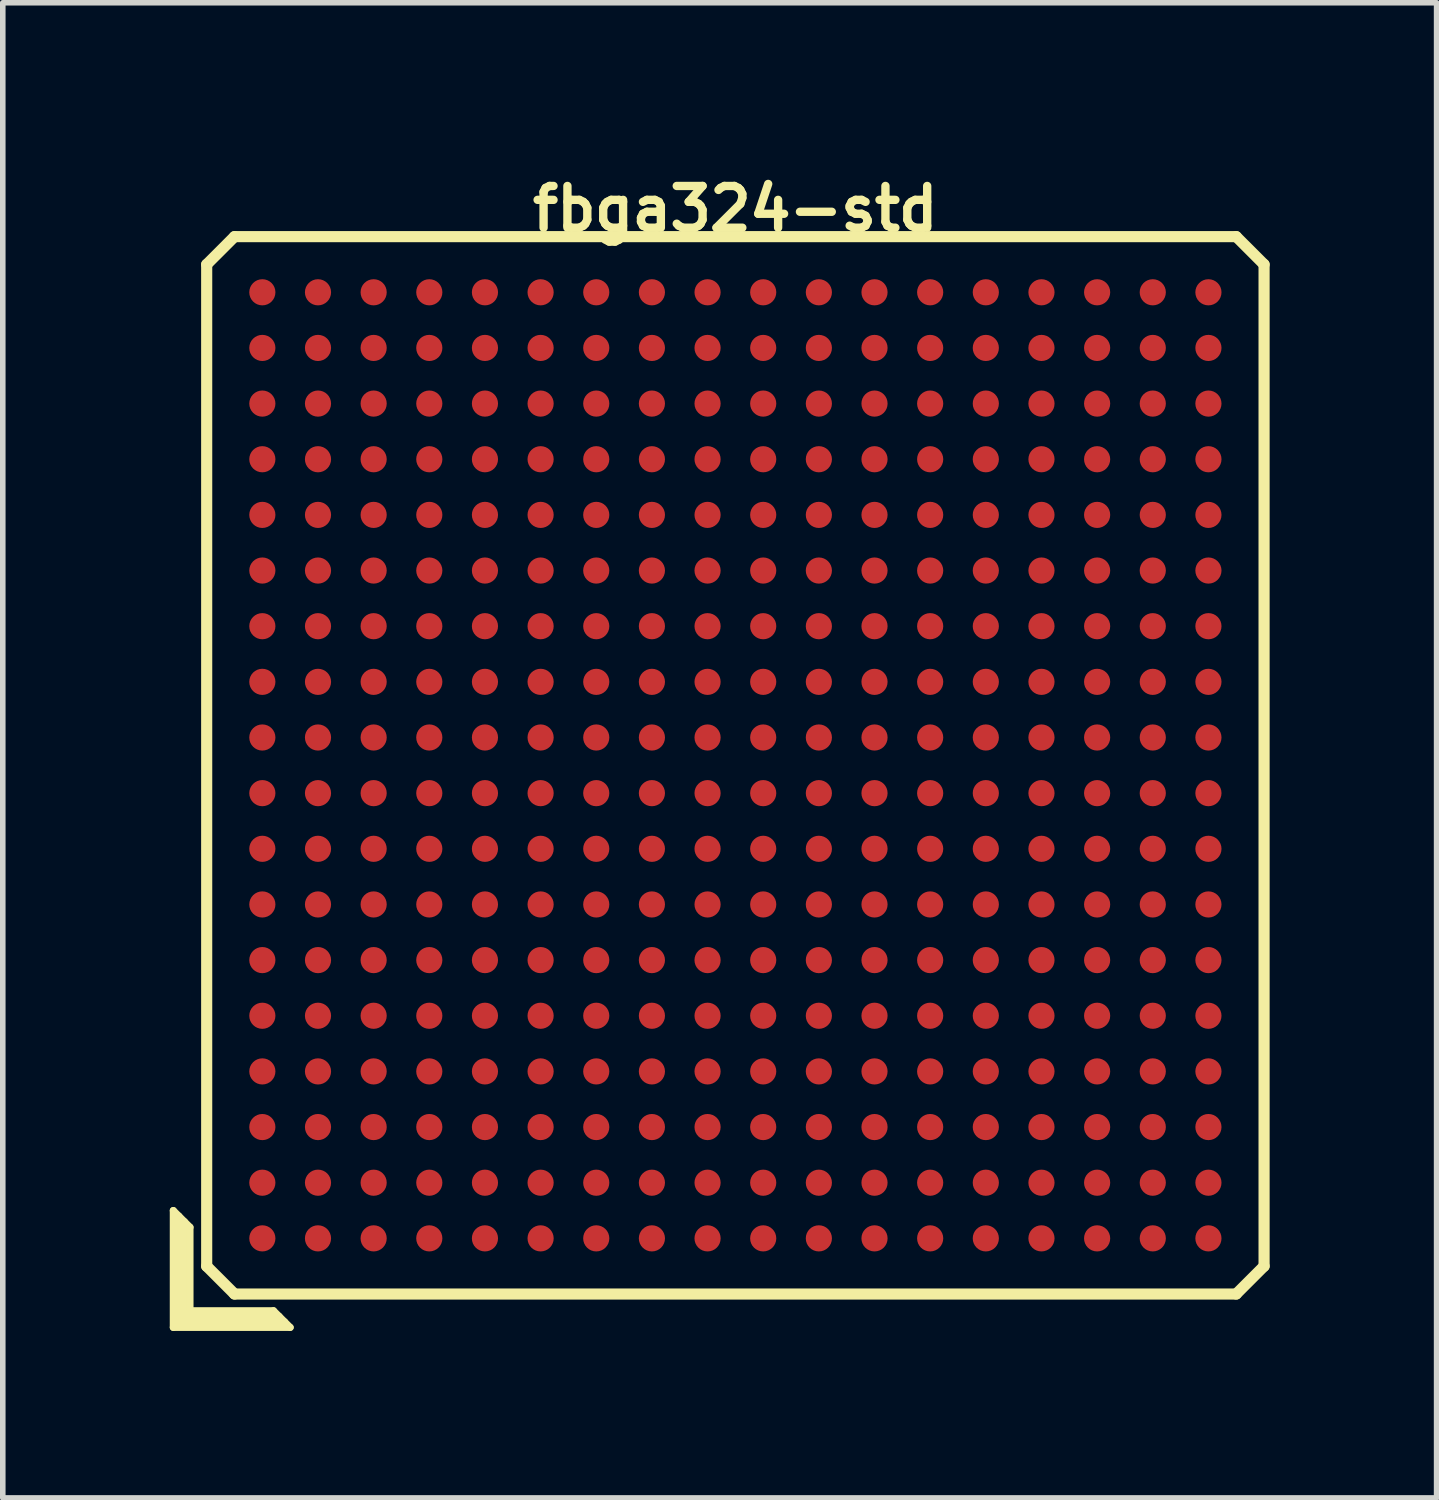
<source format=kicad_pcb>
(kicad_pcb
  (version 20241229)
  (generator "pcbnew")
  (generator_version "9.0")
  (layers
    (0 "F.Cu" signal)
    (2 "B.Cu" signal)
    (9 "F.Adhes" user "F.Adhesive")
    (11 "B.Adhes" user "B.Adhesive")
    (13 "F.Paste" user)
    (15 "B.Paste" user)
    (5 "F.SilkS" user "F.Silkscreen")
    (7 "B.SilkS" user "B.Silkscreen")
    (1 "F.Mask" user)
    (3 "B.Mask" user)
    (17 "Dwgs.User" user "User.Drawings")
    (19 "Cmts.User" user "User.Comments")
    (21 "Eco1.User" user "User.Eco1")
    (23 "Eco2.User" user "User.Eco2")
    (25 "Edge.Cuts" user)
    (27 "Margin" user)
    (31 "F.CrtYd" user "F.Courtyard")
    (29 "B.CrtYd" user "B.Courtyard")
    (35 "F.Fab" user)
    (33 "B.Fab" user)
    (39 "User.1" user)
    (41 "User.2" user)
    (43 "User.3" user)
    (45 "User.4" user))
  (footprint "fbga324-std"
    (layer "F.Cu")
    (at 10.164 10.702)
    (property "Reference" "fbga324-std" (at 0 -10 0) (layer "F.SilkS") (effects (font (size 0.75 0.75) (thickness 0.15))))
    (attr smd)
    (fp_line (start -10.1 8) (end -10.1 10.1) (stroke (width 0.127) (type solid)) (layer "F.SilkS"))
    (fp_line (start -10.1 10.1) (end -8 10.1) (stroke (width 0.127) (type solid)) (layer "F.SilkS"))
    (fp_line (start -10 10) (end -10 8.1) (stroke (width 0.127) (type solid)) (layer "F.SilkS"))
    (fp_line (start -9.9 8.2) (end -9.9 9.9) (stroke (width 0.127) (type solid)) (layer "F.SilkS"))
    (fp_line (start -9.9 9.9) (end -8.2 9.9) (stroke (width 0.127) (type solid)) (layer "F.SilkS"))
    (fp_line (start -9.8 8.3) (end -10.1 8) (stroke (width 0.127) (type solid)) (layer "F.SilkS"))
    (fp_line (start -9.8 9.8) (end -9.8 8.3) (stroke (width 0.127) (type solid)) (layer "F.SilkS"))
    (fp_line (start -9.5 -9) (end -9.5 9) (stroke (width 0.2) (type solid)) (layer "F.SilkS"))
    (fp_line (start -9.5 -9) (end -9 -9.5) (stroke (width 0.2) (type solid)) (layer "F.SilkS"))
    (fp_line (start -9 9.5) (end -9.5 9) (stroke (width 0.2) (type solid)) (layer "F.SilkS"))
    (fp_line (start -9 9.5) (end 9 9.5) (stroke (width 0.2) (type solid)) (layer "F.SilkS"))
    (fp_line (start -8.3 9.8) (end -9.8 9.8) (stroke (width 0.127) (type solid)) (layer "F.SilkS"))
    (fp_line (start -8.1 10) (end -10 10) (stroke (width 0.127) (type solid)) (layer "F.SilkS"))
    (fp_line (start -8 10.1) (end -8.3 9.8) (stroke (width 0.127) (type solid)) (layer "F.SilkS"))
    (fp_line (start 9 -9.5) (end -9 -9.5) (stroke (width 0.2) (type solid)) (layer "F.SilkS"))
    (fp_line (start 9 -9.5) (end 9.5 -9) (stroke (width 0.2) (type solid)) (layer "F.SilkS"))
    (fp_line (start 9.5 9) (end 9 9.5) (stroke (width 0.2) (type solid)) (layer "F.SilkS"))
    (fp_line (start 9.5 9) (end 9.5 -9) (stroke (width 0.2) (type solid)) (layer "F.SilkS"))
    (pad "A1" smd circle (at -8.5 8.5 90) (size 0.47 0.47) (layers "F.Cu" "F.Mask" "F.Paste"))
    (pad "A2" smd circle (at -8.5 7.5 90) (size 0.47 0.47) (layers "F.Cu" "F.Mask" "F.Paste"))
    (pad "A3" smd circle (at -8.5 6.5 90) (size 0.47 0.47) (layers "F.Cu" "F.Mask" "F.Paste"))
    (pad "A4" smd circle (at -8.5 5.5 90) (size 0.47 0.47) (layers "F.Cu" "F.Mask" "F.Paste"))
    (pad "A5" smd circle (at -8.5 4.5 90) (size 0.47 0.47) (layers "F.Cu" "F.Mask" "F.Paste"))
    (pad "A6" smd circle (at -8.5 3.5 90) (size 0.47 0.47) (layers "F.Cu" "F.Mask" "F.Paste"))
    (pad "A7" smd circle (at -8.5 2.5 90) (size 0.47 0.47) (layers "F.Cu" "F.Mask" "F.Paste"))
    (pad "A8" smd circle (at -8.5 1.5 90) (size 0.47 0.47) (layers "F.Cu" "F.Mask" "F.Paste"))
    (pad "A9" smd circle (at -8.5 0.5 90) (size 0.47 0.47) (layers "F.Cu" "F.Mask" "F.Paste"))
    (pad "A10" smd circle (at -8.5 -0.5 90) (size 0.47 0.47) (layers "F.Cu" "F.Mask" "F.Paste"))
    (pad "A11" smd circle (at -8.5 -1.5 90) (size 0.47 0.47) (layers "F.Cu" "F.Mask" "F.Paste"))
    (pad "A12" smd circle (at -8.5 -2.5 90) (size 0.47 0.47) (layers "F.Cu" "F.Mask" "F.Paste"))
    (pad "A13" smd circle (at -8.5 -3.5 90) (size 0.47 0.47) (layers "F.Cu" "F.Mask" "F.Paste"))
    (pad "A14" smd circle (at -8.5 -4.5 90) (size 0.47 0.47) (layers "F.Cu" "F.Mask" "F.Paste"))
    (pad "A15" smd circle (at -8.5 -5.5 90) (size 0.47 0.47) (layers "F.Cu" "F.Mask" "F.Paste"))
    (pad "A16" smd circle (at -8.5 -6.5 90) (size 0.47 0.47) (layers "F.Cu" "F.Mask" "F.Paste"))
    (pad "A17" smd circle (at -8.5 -7.5 90) (size 0.47 0.47) (layers "F.Cu" "F.Mask" "F.Paste"))
    (pad "A18" smd circle (at -8.5 -8.5 90) (size 0.47 0.47) (layers "F.Cu" "F.Mask" "F.Paste"))
    (pad "B1" smd circle (at -7.5 8.5 90) (size 0.47 0.47) (layers "F.Cu" "F.Mask" "F.Paste"))
    (pad "B2" smd circle (at -7.5 7.5 90) (size 0.47 0.47) (layers "F.Cu" "F.Mask" "F.Paste"))
    (pad "B3" smd circle (at -7.5 6.5 90) (size 0.47 0.47) (layers "F.Cu" "F.Mask" "F.Paste"))
    (pad "B4" smd circle (at -7.5 5.5 90) (size 0.47 0.47) (layers "F.Cu" "F.Mask" "F.Paste"))
    (pad "B5" smd circle (at -7.5 4.5 90) (size 0.47 0.47) (layers "F.Cu" "F.Mask" "F.Paste"))
    (pad "B6" smd circle (at -7.5 3.5 90) (size 0.47 0.47) (layers "F.Cu" "F.Mask" "F.Paste"))
    (pad "B7" smd circle (at -7.5 2.5 90) (size 0.47 0.47) (layers "F.Cu" "F.Mask" "F.Paste"))
    (pad "B8" smd circle (at -7.5 1.5 90) (size 0.47 0.47) (layers "F.Cu" "F.Mask" "F.Paste"))
    (pad "B9" smd circle (at -7.5 0.5 90) (size 0.47 0.47) (layers "F.Cu" "F.Mask" "F.Paste"))
    (pad "B10" smd circle (at -7.5 -0.5 90) (size 0.47 0.47) (layers "F.Cu" "F.Mask" "F.Paste"))
    (pad "B11" smd circle (at -7.5 -1.5 90) (size 0.47 0.47) (layers "F.Cu" "F.Mask" "F.Paste"))
    (pad "B12" smd circle (at -7.5 -2.5 90) (size 0.47 0.47) (layers "F.Cu" "F.Mask" "F.Paste"))
    (pad "B13" smd circle (at -7.5 -3.5 90) (size 0.47 0.47) (layers "F.Cu" "F.Mask" "F.Paste"))
    (pad "B14" smd circle (at -7.5 -4.5 90) (size 0.47 0.47) (layers "F.Cu" "F.Mask" "F.Paste"))
    (pad "B15" smd circle (at -7.5 -5.5 90) (size 0.47 0.47) (layers "F.Cu" "F.Mask" "F.Paste"))
    (pad "B16" smd circle (at -7.5 -6.5 90) (size 0.47 0.47) (layers "F.Cu" "F.Mask" "F.Paste"))
    (pad "B17" smd circle (at -7.5 -7.5 90) (size 0.47 0.47) (layers "F.Cu" "F.Mask" "F.Paste"))
    (pad "B18" smd circle (at -7.5 -8.5 90) (size 0.47 0.47) (layers "F.Cu" "F.Mask" "F.Paste"))
    (pad "C1" smd circle (at -6.5 8.5 90) (size 0.47 0.47) (layers "F.Cu" "F.Mask" "F.Paste"))
    (pad "C2" smd circle (at -6.5 7.5 90) (size 0.47 0.47) (layers "F.Cu" "F.Mask" "F.Paste"))
    (pad "C3" smd circle (at -6.5 6.5 90) (size 0.47 0.47) (layers "F.Cu" "F.Mask" "F.Paste"))
    (pad "C4" smd circle (at -6.5 5.5 90) (size 0.47 0.47) (layers "F.Cu" "F.Mask" "F.Paste"))
    (pad "C5" smd circle (at -6.5 4.5 90) (size 0.47 0.47) (layers "F.Cu" "F.Mask" "F.Paste"))
    (pad "C6" smd circle (at -6.5 3.5 90) (size 0.47 0.47) (layers "F.Cu" "F.Mask" "F.Paste"))
    (pad "C7" smd circle (at -6.5 2.5 90) (size 0.47 0.47) (layers "F.Cu" "F.Mask" "F.Paste"))
    (pad "C8" smd circle (at -6.5 1.5 90) (size 0.47 0.47) (layers "F.Cu" "F.Mask" "F.Paste"))
    (pad "C9" smd circle (at -6.5 0.5 90) (size 0.47 0.47) (layers "F.Cu" "F.Mask" "F.Paste"))
    (pad "C10" smd circle (at -6.5 -0.5 90) (size 0.47 0.47) (layers "F.Cu" "F.Mask" "F.Paste"))
    (pad "C11" smd circle (at -6.5 -1.5 90) (size 0.47 0.47) (layers "F.Cu" "F.Mask" "F.Paste"))
    (pad "C12" smd circle (at -6.5 -2.5 90) (size 0.47 0.47) (layers "F.Cu" "F.Mask" "F.Paste"))
    (pad "C13" smd circle (at -6.5 -3.5 90) (size 0.47 0.47) (layers "F.Cu" "F.Mask" "F.Paste"))
    (pad "C14" smd circle (at -6.5 -4.5 90) (size 0.47 0.47) (layers "F.Cu" "F.Mask" "F.Paste"))
    (pad "C15" smd circle (at -6.5 -5.5 90) (size 0.47 0.47) (layers "F.Cu" "F.Mask" "F.Paste"))
    (pad "C16" smd circle (at -6.5 -6.5 90) (size 0.47 0.47) (layers "F.Cu" "F.Mask" "F.Paste"))
    (pad "C17" smd circle (at -6.5 -7.5 90) (size 0.47 0.47) (layers "F.Cu" "F.Mask" "F.Paste"))
    (pad "C18" smd circle (at -6.5 -8.5 90) (size 0.47 0.47) (layers "F.Cu" "F.Mask" "F.Paste"))
    (pad "D1" smd circle (at -5.5 8.5 90) (size 0.47 0.47) (layers "F.Cu" "F.Mask" "F.Paste"))
    (pad "D2" smd circle (at -5.5 7.5 90) (size 0.47 0.47) (layers "F.Cu" "F.Mask" "F.Paste"))
    (pad "D3" smd circle (at -5.5 6.5 90) (size 0.47 0.47) (layers "F.Cu" "F.Mask" "F.Paste"))
    (pad "D4" smd circle (at -5.5 5.5 90) (size 0.47 0.47) (layers "F.Cu" "F.Mask" "F.Paste"))
    (pad "D5" smd circle (at -5.5 4.5 90) (size 0.47 0.47) (layers "F.Cu" "F.Mask" "F.Paste"))
    (pad "D6" smd circle (at -5.5 3.5 90) (size 0.47 0.47) (layers "F.Cu" "F.Mask" "F.Paste"))
    (pad "D7" smd circle (at -5.5 2.5 90) (size 0.47 0.47) (layers "F.Cu" "F.Mask" "F.Paste"))
    (pad "D8" smd circle (at -5.5 1.5 90) (size 0.47 0.47) (layers "F.Cu" "F.Mask" "F.Paste"))
    (pad "D9" smd circle (at -5.5 0.5 90) (size 0.47 0.47) (layers "F.Cu" "F.Mask" "F.Paste"))
    (pad "D10" smd circle (at -5.5 -0.5 90) (size 0.47 0.47) (layers "F.Cu" "F.Mask" "F.Paste"))
    (pad "D11" smd circle (at -5.5 -1.5 90) (size 0.47 0.47) (layers "F.Cu" "F.Mask" "F.Paste"))
    (pad "D12" smd circle (at -5.5 -2.5 90) (size 0.47 0.47) (layers "F.Cu" "F.Mask" "F.Paste"))
    (pad "D13" smd circle (at -5.5 -3.5 90) (size 0.47 0.47) (layers "F.Cu" "F.Mask" "F.Paste"))
    (pad "D14" smd circle (at -5.5 -4.5 90) (size 0.47 0.47) (layers "F.Cu" "F.Mask" "F.Paste"))
    (pad "D15" smd circle (at -5.5 -5.5 90) (size 0.47 0.47) (layers "F.Cu" "F.Mask" "F.Paste"))
    (pad "D16" smd circle (at -5.5 -6.5 90) (size 0.47 0.47) (layers "F.Cu" "F.Mask" "F.Paste"))
    (pad "D17" smd circle (at -5.5 -7.5 90) (size 0.47 0.47) (layers "F.Cu" "F.Mask" "F.Paste"))
    (pad "D18" smd circle (at -5.5 -8.5 90) (size 0.47 0.47) (layers "F.Cu" "F.Mask" "F.Paste"))
    (pad "E1" smd circle (at -4.5 8.5 90) (size 0.47 0.47) (layers "F.Cu" "F.Mask" "F.Paste"))
    (pad "E2" smd circle (at -4.5 7.5 90) (size 0.47 0.47) (layers "F.Cu" "F.Mask" "F.Paste"))
    (pad "E3" smd circle (at -4.5 6.5 90) (size 0.47 0.47) (layers "F.Cu" "F.Mask" "F.Paste"))
    (pad "E4" smd circle (at -4.5 5.5 90) (size 0.47 0.47) (layers "F.Cu" "F.Mask" "F.Paste"))
    (pad "E5" smd circle (at -4.5 4.5 90) (size 0.47 0.47) (layers "F.Cu" "F.Mask" "F.Paste"))
    (pad "E6" smd circle (at -4.5 3.5 90) (size 0.47 0.47) (layers "F.Cu" "F.Mask" "F.Paste"))
    (pad "E7" smd circle (at -4.5 2.5 90) (size 0.47 0.47) (layers "F.Cu" "F.Mask" "F.Paste"))
    (pad "E8" smd circle (at -4.5 1.5 90) (size 0.47 0.47) (layers "F.Cu" "F.Mask" "F.Paste"))
    (pad "E9" smd circle (at -4.5 0.5 90) (size 0.47 0.47) (layers "F.Cu" "F.Mask" "F.Paste"))
    (pad "E10" smd circle (at -4.5 -0.5 90) (size 0.47 0.47) (layers "F.Cu" "F.Mask" "F.Paste"))
    (pad "E11" smd circle (at -4.5 -1.5 90) (size 0.47 0.47) (layers "F.Cu" "F.Mask" "F.Paste"))
    (pad "E12" smd circle (at -4.5 -2.5 90) (size 0.47 0.47) (layers "F.Cu" "F.Mask" "F.Paste"))
    (pad "E13" smd circle (at -4.5 -3.5 90) (size 0.47 0.47) (layers "F.Cu" "F.Mask" "F.Paste"))
    (pad "E14" smd circle (at -4.5 -4.5 90) (size 0.47 0.47) (layers "F.Cu" "F.Mask" "F.Paste"))
    (pad "E15" smd circle (at -4.5 -5.5 90) (size 0.47 0.47) (layers "F.Cu" "F.Mask" "F.Paste"))
    (pad "E16" smd circle (at -4.5 -6.5 90) (size 0.47 0.47) (layers "F.Cu" "F.Mask" "F.Paste"))
    (pad "E17" smd circle (at -4.5 -7.5 90) (size 0.47 0.47) (layers "F.Cu" "F.Mask" "F.Paste"))
    (pad "E18" smd circle (at -4.5 -8.5 90) (size 0.47 0.47) (layers "F.Cu" "F.Mask" "F.Paste"))
    (pad "F1" smd circle (at -3.5 8.5 90) (size 0.47 0.47) (layers "F.Cu" "F.Mask" "F.Paste"))
    (pad "F2" smd circle (at -3.5 7.5 90) (size 0.47 0.47) (layers "F.Cu" "F.Mask" "F.Paste"))
    (pad "F3" smd circle (at -3.5 6.5 90) (size 0.47 0.47) (layers "F.Cu" "F.Mask" "F.Paste"))
    (pad "F4" smd circle (at -3.5 5.5 90) (size 0.47 0.47) (layers "F.Cu" "F.Mask" "F.Paste"))
    (pad "F5" smd circle (at -3.5 4.5 90) (size 0.47 0.47) (layers "F.Cu" "F.Mask" "F.Paste"))
    (pad "F6" smd circle (at -3.5 3.5 90) (size 0.47 0.47) (layers "F.Cu" "F.Mask" "F.Paste"))
    (pad "F7" smd circle (at -3.5 2.5 90) (size 0.47 0.47) (layers "F.Cu" "F.Mask" "F.Paste"))
    (pad "F8" smd circle (at -3.5 1.5 90) (size 0.47 0.47) (layers "F.Cu" "F.Mask" "F.Paste"))
    (pad "F9" smd circle (at -3.5 0.5 90) (size 0.47 0.47) (layers "F.Cu" "F.Mask" "F.Paste"))
    (pad "F10" smd circle (at -3.5 -0.5 90) (size 0.47 0.47) (layers "F.Cu" "F.Mask" "F.Paste"))
    (pad "F11" smd circle (at -3.5 -1.5 90) (size 0.47 0.47) (layers "F.Cu" "F.Mask" "F.Paste"))
    (pad "F12" smd circle (at -3.5 -2.5 90) (size 0.47 0.47) (layers "F.Cu" "F.Mask" "F.Paste"))
    (pad "F13" smd circle (at -3.5 -3.5 90) (size 0.47 0.47) (layers "F.Cu" "F.Mask" "F.Paste"))
    (pad "F14" smd circle (at -3.5 -4.5 90) (size 0.47 0.47) (layers "F.Cu" "F.Mask" "F.Paste"))
    (pad "F15" smd circle (at -3.5 -5.5 90) (size 0.47 0.47) (layers "F.Cu" "F.Mask" "F.Paste"))
    (pad "F16" smd circle (at -3.5 -6.5 90) (size 0.47 0.47) (layers "F.Cu" "F.Mask" "F.Paste"))
    (pad "F17" smd circle (at -3.5 -7.5 90) (size 0.47 0.47) (layers "F.Cu" "F.Mask" "F.Paste"))
    (pad "F18" smd circle (at -3.5 -8.5 90) (size 0.47 0.47) (layers "F.Cu" "F.Mask" "F.Paste"))
    (pad "G1" smd circle (at -2.5 8.5 90) (size 0.47 0.47) (layers "F.Cu" "F.Mask" "F.Paste"))
    (pad "G2" smd circle (at -2.5 7.5 90) (size 0.47 0.47) (layers "F.Cu" "F.Mask" "F.Paste"))
    (pad "G3" smd circle (at -2.5 6.5 90) (size 0.47 0.47) (layers "F.Cu" "F.Mask" "F.Paste"))
    (pad "G4" smd circle (at -2.5 5.5 90) (size 0.47 0.47) (layers "F.Cu" "F.Mask" "F.Paste"))
    (pad "G5" smd circle (at -2.5 4.5 90) (size 0.47 0.47) (layers "F.Cu" "F.Mask" "F.Paste"))
    (pad "G6" smd circle (at -2.5 3.5 90) (size 0.47 0.47) (layers "F.Cu" "F.Mask" "F.Paste"))
    (pad "G7" smd circle (at -2.5 2.5 90) (size 0.47 0.47) (layers "F.Cu" "F.Mask" "F.Paste"))
    (pad "G8" smd circle (at -2.5 1.5 90) (size 0.47 0.47) (layers "F.Cu" "F.Mask" "F.Paste"))
    (pad "G9" smd circle (at -2.5 0.5 90) (size 0.47 0.47) (layers "F.Cu" "F.Mask" "F.Paste"))
    (pad "G10" smd circle (at -2.5 -0.5 90) (size 0.47 0.47) (layers "F.Cu" "F.Mask" "F.Paste"))
    (pad "G11" smd circle (at -2.5 -1.5 90) (size 0.47 0.47) (layers "F.Cu" "F.Mask" "F.Paste"))
    (pad "G12" smd circle (at -2.5 -2.5 90) (size 0.47 0.47) (layers "F.Cu" "F.Mask" "F.Paste"))
    (pad "G13" smd circle (at -2.5 -3.5 90) (size 0.47 0.47) (layers "F.Cu" "F.Mask" "F.Paste"))
    (pad "G14" smd circle (at -2.5 -4.5 90) (size 0.47 0.47) (layers "F.Cu" "F.Mask" "F.Paste"))
    (pad "G15" smd circle (at -2.5 -5.5 90) (size 0.47 0.47) (layers "F.Cu" "F.Mask" "F.Paste"))
    (pad "G16" smd circle (at -2.5 -6.5 90) (size 0.47 0.47) (layers "F.Cu" "F.Mask" "F.Paste"))
    (pad "G17" smd circle (at -2.5 -7.5 90) (size 0.47 0.47) (layers "F.Cu" "F.Mask" "F.Paste"))
    (pad "G18" smd circle (at -2.5 -8.5 90) (size 0.47 0.47) (layers "F.Cu" "F.Mask" "F.Paste"))
    (pad "H1" smd circle (at -1.5 8.5 90) (size 0.47 0.47) (layers "F.Cu" "F.Mask" "F.Paste"))
    (pad "H2" smd circle (at -1.5 7.5 90) (size 0.47 0.47) (layers "F.Cu" "F.Mask" "F.Paste"))
    (pad "H3" smd circle (at -1.5 6.5 90) (size 0.47 0.47) (layers "F.Cu" "F.Mask" "F.Paste"))
    (pad "H4" smd circle (at -1.5 5.5 90) (size 0.47 0.47) (layers "F.Cu" "F.Mask" "F.Paste"))
    (pad "H5" smd circle (at -1.5 4.5 90) (size 0.47 0.47) (layers "F.Cu" "F.Mask" "F.Paste"))
    (pad "H6" smd circle (at -1.5 3.5 90) (size 0.47 0.47) (layers "F.Cu" "F.Mask" "F.Paste"))
    (pad "H7" smd circle (at -1.5 2.5 90) (size 0.47 0.47) (layers "F.Cu" "F.Mask" "F.Paste"))
    (pad "H8" smd circle (at -1.5 1.5 90) (size 0.47 0.47) (layers "F.Cu" "F.Mask" "F.Paste"))
    (pad "H9" smd circle (at -1.5 0.5 90) (size 0.47 0.47) (layers "F.Cu" "F.Mask" "F.Paste"))
    (pad "H10" smd circle (at -1.5 -0.5 90) (size 0.47 0.47) (layers "F.Cu" "F.Mask" "F.Paste"))
    (pad "H11" smd circle (at -1.5 -1.5 90) (size 0.47 0.47) (layers "F.Cu" "F.Mask" "F.Paste"))
    (pad "H12" smd circle (at -1.5 -2.5 90) (size 0.47 0.47) (layers "F.Cu" "F.Mask" "F.Paste"))
    (pad "H13" smd circle (at -1.5 -3.5 90) (size 0.47 0.47) (layers "F.Cu" "F.Mask" "F.Paste"))
    (pad "H14" smd circle (at -1.5 -4.5 90) (size 0.47 0.47) (layers "F.Cu" "F.Mask" "F.Paste"))
    (pad "H15" smd circle (at -1.5 -5.5 90) (size 0.47 0.47) (layers "F.Cu" "F.Mask" "F.Paste"))
    (pad "H16" smd circle (at -1.5 -6.5 90) (size 0.47 0.47) (layers "F.Cu" "F.Mask" "F.Paste"))
    (pad "H17" smd circle (at -1.5 -7.5 90) (size 0.47 0.47) (layers "F.Cu" "F.Mask" "F.Paste"))
    (pad "H18" smd circle (at -1.5 -8.5 90) (size 0.47 0.47) (layers "F.Cu" "F.Mask" "F.Paste"))
    (pad "J1" smd circle (at -0.5 8.5 90) (size 0.47 0.47) (layers "F.Cu" "F.Mask" "F.Paste"))
    (pad "J2" smd circle (at -0.5 7.5 90) (size 0.47 0.47) (layers "F.Cu" "F.Mask" "F.Paste"))
    (pad "J3" smd circle (at -0.5 6.5 90) (size 0.47 0.47) (layers "F.Cu" "F.Mask" "F.Paste"))
    (pad "J4" smd circle (at -0.5 5.5 90) (size 0.47 0.47) (layers "F.Cu" "F.Mask" "F.Paste"))
    (pad "J5" smd circle (at -0.5 4.5 90) (size 0.47 0.47) (layers "F.Cu" "F.Mask" "F.Paste"))
    (pad "J6" smd circle (at -0.5 3.5 90) (size 0.47 0.47) (layers "F.Cu" "F.Mask" "F.Paste"))
    (pad "J7" smd circle (at -0.5 2.5 90) (size 0.47 0.47) (layers "F.Cu" "F.Mask" "F.Paste"))
    (pad "J8" smd circle (at -0.5 1.5 90) (size 0.47 0.47) (layers "F.Cu" "F.Mask" "F.Paste"))
    (pad "J9" smd circle (at -0.5 0.5 90) (size 0.47 0.47) (layers "F.Cu" "F.Mask" "F.Paste"))
    (pad "J10" smd circle (at -0.5 -0.5 90) (size 0.47 0.47) (layers "F.Cu" "F.Mask" "F.Paste"))
    (pad "J11" smd circle (at -0.5 -1.5 90) (size 0.47 0.47) (layers "F.Cu" "F.Mask" "F.Paste"))
    (pad "J12" smd circle (at -0.5 -2.5 90) (size 0.47 0.47) (layers "F.Cu" "F.Mask" "F.Paste"))
    (pad "J13" smd circle (at -0.5 -3.5 90) (size 0.47 0.47) (layers "F.Cu" "F.Mask" "F.Paste"))
    (pad "J14" smd circle (at -0.5 -4.5 90) (size 0.47 0.47) (layers "F.Cu" "F.Mask" "F.Paste"))
    (pad "J15" smd circle (at -0.5 -5.5 90) (size 0.47 0.47) (layers "F.Cu" "F.Mask" "F.Paste"))
    (pad "J16" smd circle (at -0.5 -6.5 90) (size 0.47 0.47) (layers "F.Cu" "F.Mask" "F.Paste"))
    (pad "J17" smd circle (at -0.5 -7.5 90) (size 0.47 0.47) (layers "F.Cu" "F.Mask" "F.Paste"))
    (pad "J18" smd circle (at -0.5 -8.5 90) (size 0.47 0.47) (layers "F.Cu" "F.Mask" "F.Paste"))
    (pad "K1" smd circle (at 0.5 8.5 90) (size 0.47 0.47) (layers "F.Cu" "F.Mask" "F.Paste"))
    (pad "K2" smd circle (at 0.5 7.5 90) (size 0.47 0.47) (layers "F.Cu" "F.Mask" "F.Paste"))
    (pad "K3" smd circle (at 0.5 6.5 90) (size 0.47 0.47) (layers "F.Cu" "F.Mask" "F.Paste"))
    (pad "K4" smd circle (at 0.5 5.5 90) (size 0.47 0.47) (layers "F.Cu" "F.Mask" "F.Paste"))
    (pad "K5" smd circle (at 0.5 4.5 90) (size 0.47 0.47) (layers "F.Cu" "F.Mask" "F.Paste"))
    (pad "K6" smd circle (at 0.5 3.5 90) (size 0.47 0.47) (layers "F.Cu" "F.Mask" "F.Paste"))
    (pad "K7" smd circle (at 0.5 2.5 90) (size 0.47 0.47) (layers "F.Cu" "F.Mask" "F.Paste"))
    (pad "K8" smd circle (at 0.5 1.5 90) (size 0.47 0.47) (layers "F.Cu" "F.Mask" "F.Paste"))
    (pad "K9" smd circle (at 0.5 0.5 90) (size 0.47 0.47) (layers "F.Cu" "F.Mask" "F.Paste"))
    (pad "K10" smd circle (at 0.5 -0.5 90) (size 0.47 0.47) (layers "F.Cu" "F.Mask" "F.Paste"))
    (pad "K11" smd circle (at 0.5 -1.5 90) (size 0.47 0.47) (layers "F.Cu" "F.Mask" "F.Paste"))
    (pad "K12" smd circle (at 0.5 -2.5 90) (size 0.47 0.47) (layers "F.Cu" "F.Mask" "F.Paste"))
    (pad "K13" smd circle (at 0.5 -3.5 90) (size 0.47 0.47) (layers "F.Cu" "F.Mask" "F.Paste"))
    (pad "K14" smd circle (at 0.5 -4.5 90) (size 0.47 0.47) (layers "F.Cu" "F.Mask" "F.Paste"))
    (pad "K15" smd circle (at 0.5 -5.5 90) (size 0.47 0.47) (layers "F.Cu" "F.Mask" "F.Paste"))
    (pad "K16" smd circle (at 0.5 -6.5 90) (size 0.47 0.47) (layers "F.Cu" "F.Mask" "F.Paste"))
    (pad "K17" smd circle (at 0.5 -7.5 90) (size 0.47 0.47) (layers "F.Cu" "F.Mask" "F.Paste"))
    (pad "K18" smd circle (at 0.5 -8.5 90) (size 0.47 0.47) (layers "F.Cu" "F.Mask" "F.Paste"))
    (pad "L1" smd circle (at 1.5 8.5 90) (size 0.47 0.47) (layers "F.Cu" "F.Mask" "F.Paste"))
    (pad "L2" smd circle (at 1.5 7.5 90) (size 0.47 0.47) (layers "F.Cu" "F.Mask" "F.Paste"))
    (pad "L3" smd circle (at 1.5 6.5 90) (size 0.47 0.47) (layers "F.Cu" "F.Mask" "F.Paste"))
    (pad "L4" smd circle (at 1.5 5.5 90) (size 0.47 0.47) (layers "F.Cu" "F.Mask" "F.Paste"))
    (pad "L5" smd circle (at 1.5 4.5 90) (size 0.47 0.47) (layers "F.Cu" "F.Mask" "F.Paste"))
    (pad "L6" smd circle (at 1.5 3.5 90) (size 0.47 0.47) (layers "F.Cu" "F.Mask" "F.Paste"))
    (pad "L7" smd circle (at 1.5 2.5 90) (size 0.47 0.47) (layers "F.Cu" "F.Mask" "F.Paste"))
    (pad "L8" smd circle (at 1.5 1.5 90) (size 0.47 0.47) (layers "F.Cu" "F.Mask" "F.Paste"))
    (pad "L9" smd circle (at 1.5 0.5 90) (size 0.47 0.47) (layers "F.Cu" "F.Mask" "F.Paste"))
    (pad "L10" smd circle (at 1.5 -0.5 90) (size 0.47 0.47) (layers "F.Cu" "F.Mask" "F.Paste"))
    (pad "L11" smd circle (at 1.5 -1.5 90) (size 0.47 0.47) (layers "F.Cu" "F.Mask" "F.Paste"))
    (pad "L12" smd circle (at 1.5 -2.5 90) (size 0.47 0.47) (layers "F.Cu" "F.Mask" "F.Paste"))
    (pad "L13" smd circle (at 1.5 -3.5 90) (size 0.47 0.47) (layers "F.Cu" "F.Mask" "F.Paste"))
    (pad "L14" smd circle (at 1.5 -4.5 90) (size 0.47 0.47) (layers "F.Cu" "F.Mask" "F.Paste"))
    (pad "L15" smd circle (at 1.5 -5.5 90) (size 0.47 0.47) (layers "F.Cu" "F.Mask" "F.Paste"))
    (pad "L16" smd circle (at 1.5 -6.5 90) (size 0.47 0.47) (layers "F.Cu" "F.Mask" "F.Paste"))
    (pad "L17" smd circle (at 1.5 -7.5 90) (size 0.47 0.47) (layers "F.Cu" "F.Mask" "F.Paste"))
    (pad "L18" smd circle (at 1.5 -8.5 90) (size 0.47 0.47) (layers "F.Cu" "F.Mask" "F.Paste"))
    (pad "M1" smd circle (at 2.5 8.5 90) (size 0.47 0.47) (layers "F.Cu" "F.Mask" "F.Paste"))
    (pad "M2" smd circle (at 2.5 7.5 90) (size 0.47 0.47) (layers "F.Cu" "F.Mask" "F.Paste"))
    (pad "M3" smd circle (at 2.5 6.5 90) (size 0.47 0.47) (layers "F.Cu" "F.Mask" "F.Paste"))
    (pad "M4" smd circle (at 2.5 5.5 90) (size 0.47 0.47) (layers "F.Cu" "F.Mask" "F.Paste"))
    (pad "M5" smd circle (at 2.5 4.5 90) (size 0.47 0.47) (layers "F.Cu" "F.Mask" "F.Paste"))
    (pad "M6" smd circle (at 2.5 3.5 90) (size 0.47 0.47) (layers "F.Cu" "F.Mask" "F.Paste"))
    (pad "M7" smd circle (at 2.5 2.5 90) (size 0.47 0.47) (layers "F.Cu" "F.Mask" "F.Paste"))
    (pad "M8" smd circle (at 2.5 1.5 90) (size 0.47 0.47) (layers "F.Cu" "F.Mask" "F.Paste"))
    (pad "M9" smd circle (at 2.5 0.5 90) (size 0.47 0.47) (layers "F.Cu" "F.Mask" "F.Paste"))
    (pad "M10" smd circle (at 2.5 -0.5 90) (size 0.47 0.47) (layers "F.Cu" "F.Mask" "F.Paste"))
    (pad "M11" smd circle (at 2.5 -1.5 90) (size 0.47 0.47) (layers "F.Cu" "F.Mask" "F.Paste"))
    (pad "M12" smd circle (at 2.5 -2.5 90) (size 0.47 0.47) (layers "F.Cu" "F.Mask" "F.Paste"))
    (pad "M13" smd circle (at 2.5 -3.5 90) (size 0.47 0.47) (layers "F.Cu" "F.Mask" "F.Paste"))
    (pad "M14" smd circle (at 2.5 -4.5 90) (size 0.47 0.47) (layers "F.Cu" "F.Mask" "F.Paste"))
    (pad "M15" smd circle (at 2.5 -5.5 90) (size 0.47 0.47) (layers "F.Cu" "F.Mask" "F.Paste"))
    (pad "M16" smd circle (at 2.5 -6.5 90) (size 0.47 0.47) (layers "F.Cu" "F.Mask" "F.Paste"))
    (pad "M17" smd circle (at 2.5 -7.5 90) (size 0.47 0.47) (layers "F.Cu" "F.Mask" "F.Paste"))
    (pad "M18" smd circle (at 2.5 -8.5 90) (size 0.47 0.47) (layers "F.Cu" "F.Mask" "F.Paste"))
    (pad "N1" smd circle (at 3.5 8.5 90) (size 0.47 0.47) (layers "F.Cu" "F.Mask" "F.Paste"))
    (pad "N2" smd circle (at 3.5 7.5 90) (size 0.47 0.47) (layers "F.Cu" "F.Mask" "F.Paste"))
    (pad "N3" smd circle (at 3.5 6.5 90) (size 0.47 0.47) (layers "F.Cu" "F.Mask" "F.Paste"))
    (pad "N4" smd circle (at 3.5 5.5 90) (size 0.47 0.47) (layers "F.Cu" "F.Mask" "F.Paste"))
    (pad "N5" smd circle (at 3.5 4.5 90) (size 0.47 0.47) (layers "F.Cu" "F.Mask" "F.Paste"))
    (pad "N6" smd circle (at 3.5 3.5 90) (size 0.47 0.47) (layers "F.Cu" "F.Mask" "F.Paste"))
    (pad "N7" smd circle (at 3.5 2.5 90) (size 0.47 0.47) (layers "F.Cu" "F.Mask" "F.Paste"))
    (pad "N8" smd circle (at 3.5 1.5 90) (size 0.47 0.47) (layers "F.Cu" "F.Mask" "F.Paste"))
    (pad "N9" smd circle (at 3.5 0.5 90) (size 0.47 0.47) (layers "F.Cu" "F.Mask" "F.Paste"))
    (pad "N10" smd circle (at 3.5 -0.5 90) (size 0.47 0.47) (layers "F.Cu" "F.Mask" "F.Paste"))
    (pad "N11" smd circle (at 3.5 -1.5 90) (size 0.47 0.47) (layers "F.Cu" "F.Mask" "F.Paste"))
    (pad "N12" smd circle (at 3.5 -2.5 90) (size 0.47 0.47) (layers "F.Cu" "F.Mask" "F.Paste"))
    (pad "N13" smd circle (at 3.5 -3.5 90) (size 0.47 0.47) (layers "F.Cu" "F.Mask" "F.Paste"))
    (pad "N14" smd circle (at 3.5 -4.5 90) (size 0.47 0.47) (layers "F.Cu" "F.Mask" "F.Paste"))
    (pad "N15" smd circle (at 3.5 -5.5 90) (size 0.47 0.47) (layers "F.Cu" "F.Mask" "F.Paste"))
    (pad "N16" smd circle (at 3.5 -6.5 90) (size 0.47 0.47) (layers "F.Cu" "F.Mask" "F.Paste"))
    (pad "N17" smd circle (at 3.5 -7.5 90) (size 0.47 0.47) (layers "F.Cu" "F.Mask" "F.Paste"))
    (pad "N18" smd circle (at 3.5 -8.5 90) (size 0.47 0.47) (layers "F.Cu" "F.Mask" "F.Paste"))
    (pad "P1" smd circle (at 4.5 8.5 90) (size 0.47 0.47) (layers "F.Cu" "F.Mask" "F.Paste"))
    (pad "P2" smd circle (at 4.5 7.5 90) (size 0.47 0.47) (layers "F.Cu" "F.Mask" "F.Paste"))
    (pad "P3" smd circle (at 4.5 6.5 90) (size 0.47 0.47) (layers "F.Cu" "F.Mask" "F.Paste"))
    (pad "P4" smd circle (at 4.5 5.5 90) (size 0.47 0.47) (layers "F.Cu" "F.Mask" "F.Paste"))
    (pad "P5" smd circle (at 4.5 4.5 90) (size 0.47 0.47) (layers "F.Cu" "F.Mask" "F.Paste"))
    (pad "P6" smd circle (at 4.5 3.5 90) (size 0.47 0.47) (layers "F.Cu" "F.Mask" "F.Paste"))
    (pad "P7" smd circle (at 4.5 2.5 90) (size 0.47 0.47) (layers "F.Cu" "F.Mask" "F.Paste"))
    (pad "P8" smd circle (at 4.5 1.5 90) (size 0.47 0.47) (layers "F.Cu" "F.Mask" "F.Paste"))
    (pad "P9" smd circle (at 4.5 0.5 90) (size 0.47 0.47) (layers "F.Cu" "F.Mask" "F.Paste"))
    (pad "P10" smd circle (at 4.5 -0.5 90) (size 0.47 0.47) (layers "F.Cu" "F.Mask" "F.Paste"))
    (pad "P11" smd circle (at 4.5 -1.5 90) (size 0.47 0.47) (layers "F.Cu" "F.Mask" "F.Paste"))
    (pad "P12" smd circle (at 4.5 -2.5 90) (size 0.47 0.47) (layers "F.Cu" "F.Mask" "F.Paste"))
    (pad "P13" smd circle (at 4.5 -3.5 90) (size 0.47 0.47) (layers "F.Cu" "F.Mask" "F.Paste"))
    (pad "P14" smd circle (at 4.5 -4.5 90) (size 0.47 0.47) (layers "F.Cu" "F.Mask" "F.Paste"))
    (pad "P15" smd circle (at 4.5 -5.5 90) (size 0.47 0.47) (layers "F.Cu" "F.Mask" "F.Paste"))
    (pad "P16" smd circle (at 4.5 -6.5 90) (size 0.47 0.47) (layers "F.Cu" "F.Mask" "F.Paste"))
    (pad "P17" smd circle (at 4.5 -7.5 90) (size 0.47 0.47) (layers "F.Cu" "F.Mask" "F.Paste"))
    (pad "P18" smd circle (at 4.5 -8.5 90) (size 0.47 0.47) (layers "F.Cu" "F.Mask" "F.Paste"))
    (pad "R1" smd circle (at 5.5 8.5 90) (size 0.47 0.47) (layers "F.Cu" "F.Mask" "F.Paste"))
    (pad "R2" smd circle (at 5.5 7.5 90) (size 0.47 0.47) (layers "F.Cu" "F.Mask" "F.Paste"))
    (pad "R3" smd circle (at 5.5 6.5 90) (size 0.47 0.47) (layers "F.Cu" "F.Mask" "F.Paste"))
    (pad "R4" smd circle (at 5.5 5.5 90) (size 0.47 0.47) (layers "F.Cu" "F.Mask" "F.Paste"))
    (pad "R5" smd circle (at 5.5 4.5 90) (size 0.47 0.47) (layers "F.Cu" "F.Mask" "F.Paste"))
    (pad "R6" smd circle (at 5.5 3.5 90) (size 0.47 0.47) (layers "F.Cu" "F.Mask" "F.Paste"))
    (pad "R7" smd circle (at 5.5 2.5 90) (size 0.47 0.47) (layers "F.Cu" "F.Mask" "F.Paste"))
    (pad "R8" smd circle (at 5.5 1.5 90) (size 0.47 0.47) (layers "F.Cu" "F.Mask" "F.Paste"))
    (pad "R9" smd circle (at 5.5 0.5 90) (size 0.47 0.47) (layers "F.Cu" "F.Mask" "F.Paste"))
    (pad "R10" smd circle (at 5.5 -0.5 90) (size 0.47 0.47) (layers "F.Cu" "F.Mask" "F.Paste"))
    (pad "R11" smd circle (at 5.5 -1.5 90) (size 0.47 0.47) (layers "F.Cu" "F.Mask" "F.Paste"))
    (pad "R12" smd circle (at 5.5 -2.5 90) (size 0.47 0.47) (layers "F.Cu" "F.Mask" "F.Paste"))
    (pad "R13" smd circle (at 5.5 -3.5 90) (size 0.47 0.47) (layers "F.Cu" "F.Mask" "F.Paste"))
    (pad "R14" smd circle (at 5.5 -4.5 90) (size 0.47 0.47) (layers "F.Cu" "F.Mask" "F.Paste"))
    (pad "R15" smd circle (at 5.5 -5.5 90) (size 0.47 0.47) (layers "F.Cu" "F.Mask" "F.Paste"))
    (pad "R16" smd circle (at 5.5 -6.5 90) (size 0.47 0.47) (layers "F.Cu" "F.Mask" "F.Paste"))
    (pad "R17" smd circle (at 5.5 -7.5 90) (size 0.47 0.47) (layers "F.Cu" "F.Mask" "F.Paste"))
    (pad "R18" smd circle (at 5.5 -8.5 90) (size 0.47 0.47) (layers "F.Cu" "F.Mask" "F.Paste"))
    (pad "T1" smd circle (at 6.5 8.5 90) (size 0.47 0.47) (layers "F.Cu" "F.Mask" "F.Paste"))
    (pad "T2" smd circle (at 6.5 7.5 90) (size 0.47 0.47) (layers "F.Cu" "F.Mask" "F.Paste"))
    (pad "T3" smd circle (at 6.5 6.5 90) (size 0.47 0.47) (layers "F.Cu" "F.Mask" "F.Paste"))
    (pad "T4" smd circle (at 6.5 5.5 90) (size 0.47 0.47) (layers "F.Cu" "F.Mask" "F.Paste"))
    (pad "T5" smd circle (at 6.5 4.5 90) (size 0.47 0.47) (layers "F.Cu" "F.Mask" "F.Paste"))
    (pad "T6" smd circle (at 6.5 3.5 90) (size 0.47 0.47) (layers "F.Cu" "F.Mask" "F.Paste"))
    (pad "T7" smd circle (at 6.5 2.5 90) (size 0.47 0.47) (layers "F.Cu" "F.Mask" "F.Paste"))
    (pad "T8" smd circle (at 6.5 1.5 90) (size 0.47 0.47) (layers "F.Cu" "F.Mask" "F.Paste"))
    (pad "T9" smd circle (at 6.5 0.5 90) (size 0.47 0.47) (layers "F.Cu" "F.Mask" "F.Paste"))
    (pad "T10" smd circle (at 6.5 -0.5 90) (size 0.47 0.47) (layers "F.Cu" "F.Mask" "F.Paste"))
    (pad "T11" smd circle (at 6.5 -1.5 90) (size 0.47 0.47) (layers "F.Cu" "F.Mask" "F.Paste"))
    (pad "T12" smd circle (at 6.5 -2.5 90) (size 0.47 0.47) (layers "F.Cu" "F.Mask" "F.Paste"))
    (pad "T13" smd circle (at 6.5 -3.5 90) (size 0.47 0.47) (layers "F.Cu" "F.Mask" "F.Paste"))
    (pad "T14" smd circle (at 6.5 -4.5 90) (size 0.47 0.47) (layers "F.Cu" "F.Mask" "F.Paste"))
    (pad "T15" smd circle (at 6.5 -5.5 90) (size 0.47 0.47) (layers "F.Cu" "F.Mask" "F.Paste"))
    (pad "T16" smd circle (at 6.5 -6.5 90) (size 0.47 0.47) (layers "F.Cu" "F.Mask" "F.Paste"))
    (pad "T17" smd circle (at 6.5 -7.5 90) (size 0.47 0.47) (layers "F.Cu" "F.Mask" "F.Paste"))
    (pad "T18" smd circle (at 6.5 -8.5 90) (size 0.47 0.47) (layers "F.Cu" "F.Mask" "F.Paste"))
    (pad "U1" smd circle (at 7.5 8.5 90) (size 0.47 0.47) (layers "F.Cu" "F.Mask" "F.Paste"))
    (pad "U2" smd circle (at 7.5 7.5 90) (size 0.47 0.47) (layers "F.Cu" "F.Mask" "F.Paste"))
    (pad "U3" smd circle (at 7.5 6.5 90) (size 0.47 0.47) (layers "F.Cu" "F.Mask" "F.Paste"))
    (pad "U4" smd circle (at 7.5 5.5 90) (size 0.47 0.47) (layers "F.Cu" "F.Mask" "F.Paste"))
    (pad "U5" smd circle (at 7.5 4.5 90) (size 0.47 0.47) (layers "F.Cu" "F.Mask" "F.Paste"))
    (pad "U6" smd circle (at 7.5 3.5 90) (size 0.47 0.47) (layers "F.Cu" "F.Mask" "F.Paste"))
    (pad "U7" smd circle (at 7.5 2.5 90) (size 0.47 0.47) (layers "F.Cu" "F.Mask" "F.Paste"))
    (pad "U8" smd circle (at 7.5 1.5 90) (size 0.47 0.47) (layers "F.Cu" "F.Mask" "F.Paste"))
    (pad "U9" smd circle (at 7.5 0.5 90) (size 0.47 0.47) (layers "F.Cu" "F.Mask" "F.Paste"))
    (pad "U10" smd circle (at 7.5 -0.5 90) (size 0.47 0.47) (layers "F.Cu" "F.Mask" "F.Paste"))
    (pad "U11" smd circle (at 7.5 -1.5 90) (size 0.47 0.47) (layers "F.Cu" "F.Mask" "F.Paste"))
    (pad "U12" smd circle (at 7.5 -2.5 90) (size 0.47 0.47) (layers "F.Cu" "F.Mask" "F.Paste"))
    (pad "U13" smd circle (at 7.5 -3.5 90) (size 0.47 0.47) (layers "F.Cu" "F.Mask" "F.Paste"))
    (pad "U14" smd circle (at 7.5 -4.5 90) (size 0.47 0.47) (layers "F.Cu" "F.Mask" "F.Paste"))
    (pad "U15" smd circle (at 7.5 -5.5 90) (size 0.47 0.47) (layers "F.Cu" "F.Mask" "F.Paste"))
    (pad "U16" smd circle (at 7.5 -6.5 90) (size 0.47 0.47) (layers "F.Cu" "F.Mask" "F.Paste"))
    (pad "U17" smd circle (at 7.5 -7.5 90) (size 0.47 0.47) (layers "F.Cu" "F.Mask" "F.Paste"))
    (pad "U18" smd circle (at 7.5 -8.5 90) (size 0.47 0.47) (layers "F.Cu" "F.Mask" "F.Paste"))
    (pad "V1" smd circle (at 8.5 8.5 90) (size 0.47 0.47) (layers "F.Cu" "F.Mask" "F.Paste"))
    (pad "V2" smd circle (at 8.5 7.5 90) (size 0.47 0.47) (layers "F.Cu" "F.Mask" "F.Paste"))
    (pad "V3" smd circle (at 8.5 6.5 90) (size 0.47 0.47) (layers "F.Cu" "F.Mask" "F.Paste"))
    (pad "V4" smd circle (at 8.5 5.5 90) (size 0.47 0.47) (layers "F.Cu" "F.Mask" "F.Paste"))
    (pad "V5" smd circle (at 8.5 4.5 90) (size 0.47 0.47) (layers "F.Cu" "F.Mask" "F.Paste"))
    (pad "V6" smd circle (at 8.5 3.5 90) (size 0.47 0.47) (layers "F.Cu" "F.Mask" "F.Paste"))
    (pad "V7" smd circle (at 8.5 2.5 90) (size 0.47 0.47) (layers "F.Cu" "F.Mask" "F.Paste"))
    (pad "V8" smd circle (at 8.5 1.5 90) (size 0.47 0.47) (layers "F.Cu" "F.Mask" "F.Paste"))
    (pad "V9" smd circle (at 8.5 0.5 90) (size 0.47 0.47) (layers "F.Cu" "F.Mask" "F.Paste"))
    (pad "V10" smd circle (at 8.5 -0.5 90) (size 0.47 0.47) (layers "F.Cu" "F.Mask" "F.Paste"))
    (pad "V11" smd circle (at 8.5 -1.5 90) (size 0.47 0.47) (layers "F.Cu" "F.Mask" "F.Paste"))
    (pad "V12" smd circle (at 8.5 -2.5 90) (size 0.47 0.47) (layers "F.Cu" "F.Mask" "F.Paste"))
    (pad "V13" smd circle (at 8.5 -3.5 90) (size 0.47 0.47) (layers "F.Cu" "F.Mask" "F.Paste"))
    (pad "V14" smd circle (at 8.5 -4.5 90) (size 0.47 0.47) (layers "F.Cu" "F.Mask" "F.Paste"))
    (pad "V15" smd circle (at 8.5 -5.5 90) (size 0.47 0.47) (layers "F.Cu" "F.Mask" "F.Paste"))
    (pad "V16" smd circle (at 8.5 -6.5 90) (size 0.47 0.47) (layers "F.Cu" "F.Mask" "F.Paste"))
    (pad "V17" smd circle (at 8.5 -7.5 90) (size 0.47 0.47) (layers "F.Cu" "F.Mask" "F.Paste"))
    (pad "V18" smd circle (at 8.5 -8.5 90) (size 0.47 0.47) (layers "F.Cu" "F.Mask" "F.Paste")))
  (gr_rect
    (start -3 -3)
    (end 22.764 23.866)
    (stroke (width 0.1) (type default))
    (fill no)
    (layer "Edge.Cuts")))
</source>
